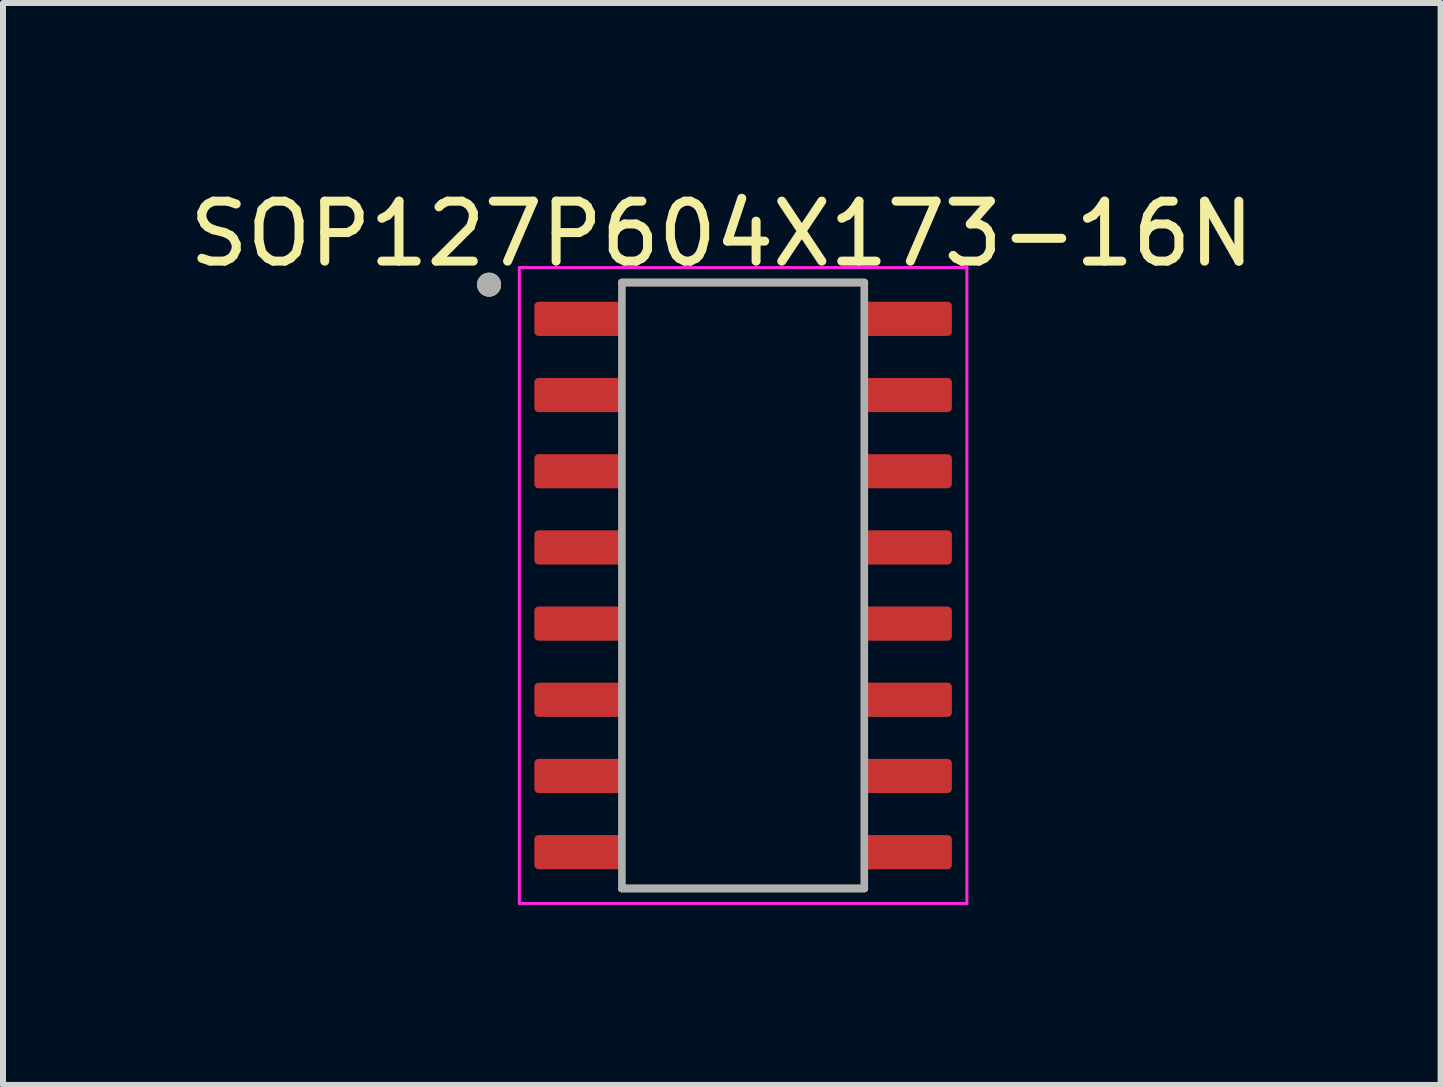
<source format=kicad_pcb>
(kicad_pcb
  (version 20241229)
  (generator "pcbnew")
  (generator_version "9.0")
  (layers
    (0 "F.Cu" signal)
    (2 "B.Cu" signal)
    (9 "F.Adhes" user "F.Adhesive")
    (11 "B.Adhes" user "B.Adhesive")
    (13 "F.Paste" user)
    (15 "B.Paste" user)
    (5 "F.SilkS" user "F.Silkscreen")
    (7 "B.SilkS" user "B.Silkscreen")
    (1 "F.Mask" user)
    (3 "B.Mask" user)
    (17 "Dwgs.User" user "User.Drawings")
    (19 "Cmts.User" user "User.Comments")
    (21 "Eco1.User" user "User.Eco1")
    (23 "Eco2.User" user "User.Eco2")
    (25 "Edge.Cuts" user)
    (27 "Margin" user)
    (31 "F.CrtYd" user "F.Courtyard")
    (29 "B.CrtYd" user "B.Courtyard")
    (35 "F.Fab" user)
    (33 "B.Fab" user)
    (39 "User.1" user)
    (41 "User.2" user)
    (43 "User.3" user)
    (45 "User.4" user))
  (footprint "SOP127P604X173-16N"
    (layer "F.Cu")
    (at 9.337 6.71)
    (property "Reference" "SOP127P604X173-16N" (at -0.355 -5.862 0) (layer "F.SilkS") (effects (font (size 1 1) (thickness 0.15))))
    (attr smd)
    (fp_line (start -2.02 -5.05) (end 2.02 -5.05) (stroke (width 0.127) (type solid)) (layer "F.SilkS"))
    (fp_line (start -2.02 5.05) (end 2.02 5.05) (stroke (width 0.127) (type solid)) (layer "F.SilkS"))
    (fp_circle (center -4.235 -5.015) (end -4.135 -5.015) (stroke (width 0.2) (type solid)) (fill no) (layer "F.SilkS"))
    (fp_line (start -3.73 -5.3) (end -3.73 5.3) (stroke (width 0.05) (type solid)) (layer "F.CrtYd"))
    (fp_line (start -3.73 -5.3) (end 3.73 -5.3) (stroke (width 0.05) (type solid)) (layer "F.CrtYd"))
    (fp_line (start -3.73 5.3) (end 3.73 5.3) (stroke (width 0.05) (type solid)) (layer "F.CrtYd"))
    (fp_line (start 3.73 -5.3) (end 3.73 5.3) (stroke (width 0.05) (type solid)) (layer "F.CrtYd"))
    (fp_line (start -2.02 -5.05) (end -2.02 5.05) (stroke (width 0.127) (type solid)) (layer "F.Fab"))
    (fp_line (start -2.02 -5.05) (end 2.02 -5.05) (stroke (width 0.127) (type solid)) (layer "F.Fab"))
    (fp_line (start -2.02 5.05) (end 2.02 5.05) (stroke (width 0.127) (type solid)) (layer "F.Fab"))
    (fp_line (start 2.02 -5.05) (end 2.02 5.05) (stroke (width 0.127) (type solid)) (layer "F.Fab"))
    (fp_circle (center -4.235 -5.015) (end -4.135 -5.015) (stroke (width 0.2) (type solid)) (fill no) (layer "F.Fab"))
    (pad "1" smd roundrect (at -2.725 -4.445) (size 1.51 0.57) (layers "F.Cu" "F.Mask" "F.Paste") (roundrect_rratio 0.125))
    (pad "2" smd roundrect (at -2.725 -3.175) (size 1.51 0.57) (layers "F.Cu" "F.Mask" "F.Paste") (roundrect_rratio 0.125))
    (pad "3" smd roundrect (at -2.725 -1.905) (size 1.51 0.57) (layers "F.Cu" "F.Mask" "F.Paste") (roundrect_rratio 0.125))
    (pad "4" smd roundrect (at -2.725 -0.635) (size 1.51 0.57) (layers "F.Cu" "F.Mask" "F.Paste") (roundrect_rratio 0.125))
    (pad "5" smd roundrect (at -2.725 0.635) (size 1.51 0.57) (layers "F.Cu" "F.Mask" "F.Paste") (roundrect_rratio 0.125))
    (pad "6" smd roundrect (at -2.725 1.905) (size 1.51 0.57) (layers "F.Cu" "F.Mask" "F.Paste") (roundrect_rratio 0.125))
    (pad "7" smd roundrect (at -2.725 3.175) (size 1.51 0.57) (layers "F.Cu" "F.Mask" "F.Paste") (roundrect_rratio 0.125))
    (pad "8" smd roundrect (at -2.725 4.445) (size 1.51 0.57) (layers "F.Cu" "F.Mask" "F.Paste") (roundrect_rratio 0.125))
    (pad "9" smd roundrect (at 2.725 4.445) (size 1.51 0.57) (layers "F.Cu" "F.Mask" "F.Paste") (roundrect_rratio 0.125))
    (pad "10" smd roundrect (at 2.725 3.175) (size 1.51 0.57) (layers "F.Cu" "F.Mask" "F.Paste") (roundrect_rratio 0.125))
    (pad "11" smd roundrect (at 2.725 1.905) (size 1.51 0.57) (layers "F.Cu" "F.Mask" "F.Paste") (roundrect_rratio 0.125))
    (pad "12" smd roundrect (at 2.725 0.635) (size 1.51 0.57) (layers "F.Cu" "F.Mask" "F.Paste") (roundrect_rratio 0.125))
    (pad "13" smd roundrect (at 2.725 -0.635) (size 1.51 0.57) (layers "F.Cu" "F.Mask" "F.Paste") (roundrect_rratio 0.125))
    (pad "14" smd roundrect (at 2.725 -1.905) (size 1.51 0.57) (layers "F.Cu" "F.Mask" "F.Paste") (roundrect_rratio 0.125))
    (pad "15" smd roundrect (at 2.725 -3.175) (size 1.51 0.57) (layers "F.Cu" "F.Mask" "F.Paste") (roundrect_rratio 0.125))
    (pad "16" smd roundrect (at 2.725 -4.445) (size 1.51 0.57) (layers "F.Cu" "F.Mask" "F.Paste") (roundrect_rratio 0.125)))
  (gr_rect
    (start -3 -3)
    (end 20.964 15.035)
    (stroke (width 0.1) (type default))
    (fill no)
    (layer "Edge.Cuts")))
</source>
